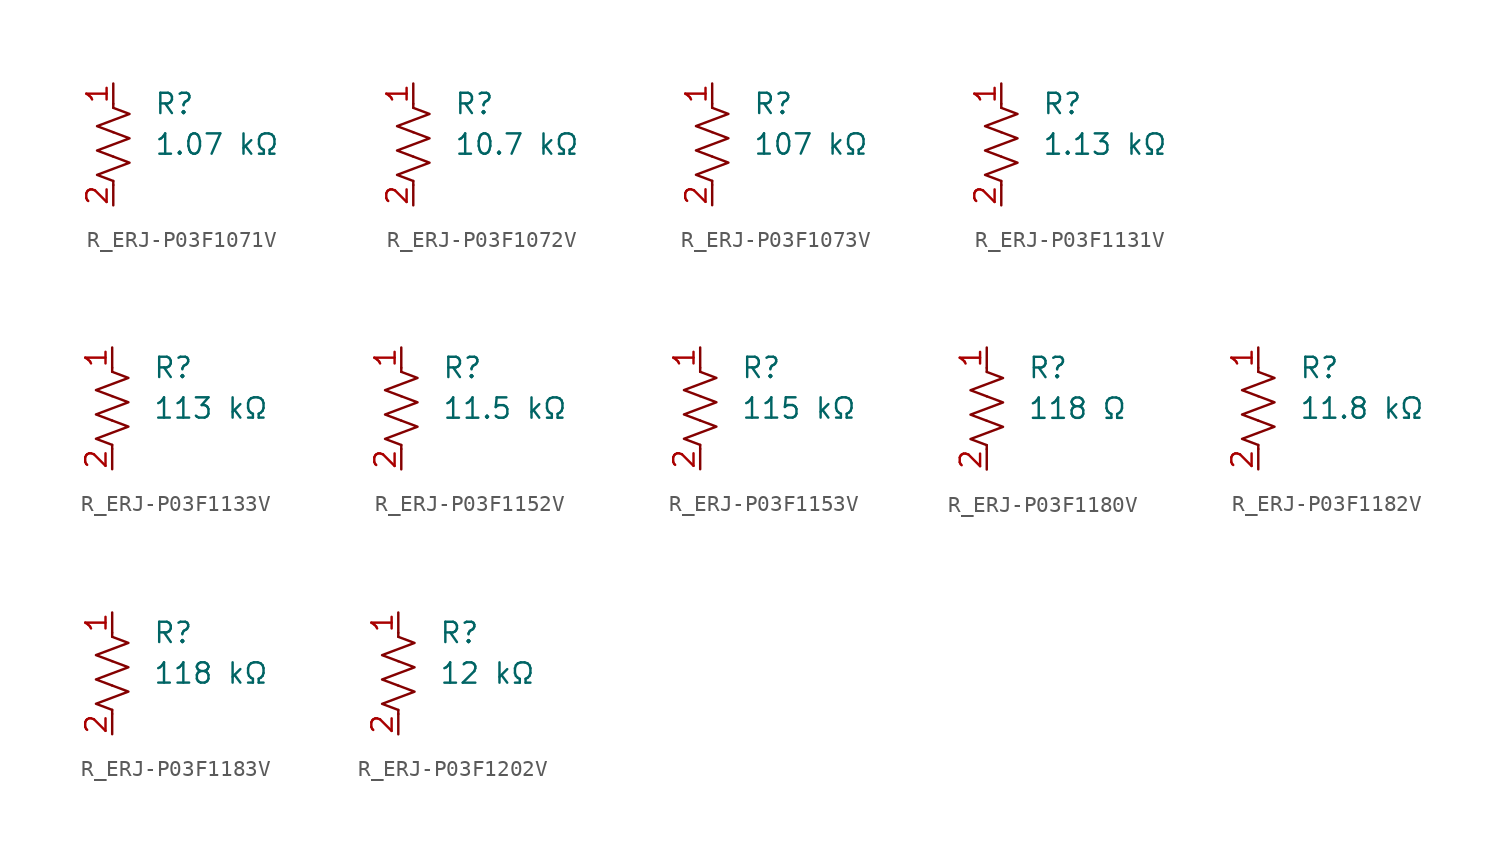
<source format=kicad_sym>
(kicad_symbol_lib
  (version 20231120)
  (generator "kicad_symbol_editor")
  (generator_version "8.0")
  (symbol "R_ERJ-P03F1071V"
    (pin_names
      (offset 0.254))
    (property "Value" "1.07 kΩ"
      (at 2.54 0 0)
      (effects (font (size 1.27 1.27)) (justify left)))
    (property "Reference" "R"
      (at 2.54 2.54 0)
      (effects (font (size 1.27 1.27)) (justify left)))
    (symbol "R_ERJ-P03F1071V_0_1"
      (polyline (pts (xy 0 -2.286) (xy 0 -2.54)) (stroke (width 0) (type default)) (fill (type none)))
      (polyline (pts (xy 0 2.286) (xy 0 2.54)) (stroke (width 0) (type default)) (fill (type none)))
      (polyline (pts (xy 0 -0.762) (xy 1.016 -1.143) (xy 0 -1.524) (xy -1.016 -1.905) (xy 0 -2.286)) (stroke (width 0) (type default)) (fill (type none)))
      (polyline (pts (xy 0 0.762) (xy 1.016 0.381) (xy 0 0) (xy -1.016 -0.381) (xy 0 -0.762)) (stroke (width 0) (type default)) (fill (type none)))
      (polyline (pts (xy 0 2.286) (xy 1.016 1.905) (xy 0 1.524) (xy -1.016 1.143) (xy 0 0.762)) (stroke (width 0) (type default)) (fill (type none))))
    (symbol "R_ERJ-P03F1071V_1_1"
      (pin passive line (at 0 3.81 270) (length 1.27) (name "~" (effects (font (size 1.27 1.27)))) (number "1" (effects (font (size 1.27 1.27)))))
      (pin passive line (at 0 -3.81 90) (length 1.27) (name "~" (effects (font (size 1.27 1.27)))) (number "2" (effects (font (size 1.27 1.27)))))))
  (symbol "R_ERJ-P03F1072V"
    (pin_names
      (offset 0.254))
    (property "Value" "10.7 kΩ"
      (at 2.54 0 0)
      (effects (font (size 1.27 1.27)) (justify left)))
    (property "Reference" "R"
      (at 2.54 2.54 0)
      (effects (font (size 1.27 1.27)) (justify left)))
    (symbol "R_ERJ-P03F1072V_0_1"
      (polyline (pts (xy 0 -2.286) (xy 0 -2.54)) (stroke (width 0) (type default)) (fill (type none)))
      (polyline (pts (xy 0 2.286) (xy 0 2.54)) (stroke (width 0) (type default)) (fill (type none)))
      (polyline (pts (xy 0 -0.762) (xy 1.016 -1.143) (xy 0 -1.524) (xy -1.016 -1.905) (xy 0 -2.286)) (stroke (width 0) (type default)) (fill (type none)))
      (polyline (pts (xy 0 0.762) (xy 1.016 0.381) (xy 0 0) (xy -1.016 -0.381) (xy 0 -0.762)) (stroke (width 0) (type default)) (fill (type none)))
      (polyline (pts (xy 0 2.286) (xy 1.016 1.905) (xy 0 1.524) (xy -1.016 1.143) (xy 0 0.762)) (stroke (width 0) (type default)) (fill (type none))))
    (symbol "R_ERJ-P03F1072V_1_1"
      (pin passive line (at 0 3.81 270) (length 1.27) (name "~" (effects (font (size 1.27 1.27)))) (number "1" (effects (font (size 1.27 1.27)))))
      (pin passive line (at 0 -3.81 90) (length 1.27) (name "~" (effects (font (size 1.27 1.27)))) (number "2" (effects (font (size 1.27 1.27)))))))
  (symbol "R_ERJ-P03F1073V"
    (pin_names
      (offset 0.254))
    (property "Value" "107 kΩ"
      (at 2.54 0 0)
      (effects (font (size 1.27 1.27)) (justify left)))
    (property "Reference" "R"
      (at 2.54 2.54 0)
      (effects (font (size 1.27 1.27)) (justify left)))
    (symbol "R_ERJ-P03F1073V_0_1"
      (polyline (pts (xy 0 -2.286) (xy 0 -2.54)) (stroke (width 0) (type default)) (fill (type none)))
      (polyline (pts (xy 0 2.286) (xy 0 2.54)) (stroke (width 0) (type default)) (fill (type none)))
      (polyline (pts (xy 0 -0.762) (xy 1.016 -1.143) (xy 0 -1.524) (xy -1.016 -1.905) (xy 0 -2.286)) (stroke (width 0) (type default)) (fill (type none)))
      (polyline (pts (xy 0 0.762) (xy 1.016 0.381) (xy 0 0) (xy -1.016 -0.381) (xy 0 -0.762)) (stroke (width 0) (type default)) (fill (type none)))
      (polyline (pts (xy 0 2.286) (xy 1.016 1.905) (xy 0 1.524) (xy -1.016 1.143) (xy 0 0.762)) (stroke (width 0) (type default)) (fill (type none))))
    (symbol "R_ERJ-P03F1073V_1_1"
      (pin passive line (at 0 3.81 270) (length 1.27) (name "~" (effects (font (size 1.27 1.27)))) (number "1" (effects (font (size 1.27 1.27)))))
      (pin passive line (at 0 -3.81 90) (length 1.27) (name "~" (effects (font (size 1.27 1.27)))) (number "2" (effects (font (size 1.27 1.27)))))))
  (symbol "R_ERJ-P03F1131V"
    (pin_names
      (offset 0.254))
    (property "Value" "1.13 kΩ"
      (at 2.54 0 0)
      (effects (font (size 1.27 1.27)) (justify left)))
    (property "Reference" "R"
      (at 2.54 2.54 0)
      (effects (font (size 1.27 1.27)) (justify left)))
    (symbol "R_ERJ-P03F1131V_0_1"
      (polyline (pts (xy 0 -2.286) (xy 0 -2.54)) (stroke (width 0) (type default)) (fill (type none)))
      (polyline (pts (xy 0 2.286) (xy 0 2.54)) (stroke (width 0) (type default)) (fill (type none)))
      (polyline (pts (xy 0 -0.762) (xy 1.016 -1.143) (xy 0 -1.524) (xy -1.016 -1.905) (xy 0 -2.286)) (stroke (width 0) (type default)) (fill (type none)))
      (polyline (pts (xy 0 0.762) (xy 1.016 0.381) (xy 0 0) (xy -1.016 -0.381) (xy 0 -0.762)) (stroke (width 0) (type default)) (fill (type none)))
      (polyline (pts (xy 0 2.286) (xy 1.016 1.905) (xy 0 1.524) (xy -1.016 1.143) (xy 0 0.762)) (stroke (width 0) (type default)) (fill (type none))))
    (symbol "R_ERJ-P03F1131V_1_1"
      (pin passive line (at 0 3.81 270) (length 1.27) (name "~" (effects (font (size 1.27 1.27)))) (number "1" (effects (font (size 1.27 1.27)))))
      (pin passive line (at 0 -3.81 90) (length 1.27) (name "~" (effects (font (size 1.27 1.27)))) (number "2" (effects (font (size 1.27 1.27)))))))
  (symbol "R_ERJ-P03F1133V"
    (pin_names
      (offset 0.254))
    (property "Value" "113 kΩ"
      (at 2.54 0 0)
      (effects (font (size 1.27 1.27)) (justify left)))
    (property "Reference" "R"
      (at 2.54 2.54 0)
      (effects (font (size 1.27 1.27)) (justify left)))
    (symbol "R_ERJ-P03F1133V_0_1"
      (polyline (pts (xy 0 -2.286) (xy 0 -2.54)) (stroke (width 0) (type default)) (fill (type none)))
      (polyline (pts (xy 0 2.286) (xy 0 2.54)) (stroke (width 0) (type default)) (fill (type none)))
      (polyline (pts (xy 0 -0.762) (xy 1.016 -1.143) (xy 0 -1.524) (xy -1.016 -1.905) (xy 0 -2.286)) (stroke (width 0) (type default)) (fill (type none)))
      (polyline (pts (xy 0 0.762) (xy 1.016 0.381) (xy 0 0) (xy -1.016 -0.381) (xy 0 -0.762)) (stroke (width 0) (type default)) (fill (type none)))
      (polyline (pts (xy 0 2.286) (xy 1.016 1.905) (xy 0 1.524) (xy -1.016 1.143) (xy 0 0.762)) (stroke (width 0) (type default)) (fill (type none))))
    (symbol "R_ERJ-P03F1133V_1_1"
      (pin passive line (at 0 3.81 270) (length 1.27) (name "~" (effects (font (size 1.27 1.27)))) (number "1" (effects (font (size 1.27 1.27)))))
      (pin passive line (at 0 -3.81 90) (length 1.27) (name "~" (effects (font (size 1.27 1.27)))) (number "2" (effects (font (size 1.27 1.27)))))))
  (symbol "R_ERJ-P03F1152V"
    (pin_names
      (offset 0.254))
    (property "Value" "11.5 kΩ"
      (at 2.54 0 0)
      (effects (font (size 1.27 1.27)) (justify left)))
    (property "Reference" "R"
      (at 2.54 2.54 0)
      (effects (font (size 1.27 1.27)) (justify left)))
    (symbol "R_ERJ-P03F1152V_0_1"
      (polyline (pts (xy 0 -2.286) (xy 0 -2.54)) (stroke (width 0) (type default)) (fill (type none)))
      (polyline (pts (xy 0 2.286) (xy 0 2.54)) (stroke (width 0) (type default)) (fill (type none)))
      (polyline (pts (xy 0 -0.762) (xy 1.016 -1.143) (xy 0 -1.524) (xy -1.016 -1.905) (xy 0 -2.286)) (stroke (width 0) (type default)) (fill (type none)))
      (polyline (pts (xy 0 0.762) (xy 1.016 0.381) (xy 0 0) (xy -1.016 -0.381) (xy 0 -0.762)) (stroke (width 0) (type default)) (fill (type none)))
      (polyline (pts (xy 0 2.286) (xy 1.016 1.905) (xy 0 1.524) (xy -1.016 1.143) (xy 0 0.762)) (stroke (width 0) (type default)) (fill (type none))))
    (symbol "R_ERJ-P03F1152V_1_1"
      (pin passive line (at 0 3.81 270) (length 1.27) (name "~" (effects (font (size 1.27 1.27)))) (number "1" (effects (font (size 1.27 1.27)))))
      (pin passive line (at 0 -3.81 90) (length 1.27) (name "~" (effects (font (size 1.27 1.27)))) (number "2" (effects (font (size 1.27 1.27)))))))
  (symbol "R_ERJ-P03F1153V"
    (pin_names
      (offset 0.254))
    (property "Value" "115 kΩ"
      (at 2.54 0 0)
      (effects (font (size 1.27 1.27)) (justify left)))
    (property "Reference" "R"
      (at 2.54 2.54 0)
      (effects (font (size 1.27 1.27)) (justify left)))
    (symbol "R_ERJ-P03F1153V_0_1"
      (polyline (pts (xy 0 -2.286) (xy 0 -2.54)) (stroke (width 0) (type default)) (fill (type none)))
      (polyline (pts (xy 0 2.286) (xy 0 2.54)) (stroke (width 0) (type default)) (fill (type none)))
      (polyline (pts (xy 0 -0.762) (xy 1.016 -1.143) (xy 0 -1.524) (xy -1.016 -1.905) (xy 0 -2.286)) (stroke (width 0) (type default)) (fill (type none)))
      (polyline (pts (xy 0 0.762) (xy 1.016 0.381) (xy 0 0) (xy -1.016 -0.381) (xy 0 -0.762)) (stroke (width 0) (type default)) (fill (type none)))
      (polyline (pts (xy 0 2.286) (xy 1.016 1.905) (xy 0 1.524) (xy -1.016 1.143) (xy 0 0.762)) (stroke (width 0) (type default)) (fill (type none))))
    (symbol "R_ERJ-P03F1153V_1_1"
      (pin passive line (at 0 3.81 270) (length 1.27) (name "~" (effects (font (size 1.27 1.27)))) (number "1" (effects (font (size 1.27 1.27)))))
      (pin passive line (at 0 -3.81 90) (length 1.27) (name "~" (effects (font (size 1.27 1.27)))) (number "2" (effects (font (size 1.27 1.27)))))))
  (symbol "R_ERJ-P03F1180V"
    (pin_names
      (offset 0.254))
    (property "Value" "118 Ω"
      (at 2.54 0 0)
      (effects (font (size 1.27 1.27)) (justify left)))
    (property "Reference" "R"
      (at 2.54 2.54 0)
      (effects (font (size 1.27 1.27)) (justify left)))
    (symbol "R_ERJ-P03F1180V_0_1"
      (polyline (pts (xy 0 -2.286) (xy 0 -2.54)) (stroke (width 0) (type default)) (fill (type none)))
      (polyline (pts (xy 0 2.286) (xy 0 2.54)) (stroke (width 0) (type default)) (fill (type none)))
      (polyline (pts (xy 0 -0.762) (xy 1.016 -1.143) (xy 0 -1.524) (xy -1.016 -1.905) (xy 0 -2.286)) (stroke (width 0) (type default)) (fill (type none)))
      (polyline (pts (xy 0 0.762) (xy 1.016 0.381) (xy 0 0) (xy -1.016 -0.381) (xy 0 -0.762)) (stroke (width 0) (type default)) (fill (type none)))
      (polyline (pts (xy 0 2.286) (xy 1.016 1.905) (xy 0 1.524) (xy -1.016 1.143) (xy 0 0.762)) (stroke (width 0) (type default)) (fill (type none))))
    (symbol "R_ERJ-P03F1180V_1_1"
      (pin passive line (at 0 3.81 270) (length 1.27) (name "~" (effects (font (size 1.27 1.27)))) (number "1" (effects (font (size 1.27 1.27)))))
      (pin passive line (at 0 -3.81 90) (length 1.27) (name "~" (effects (font (size 1.27 1.27)))) (number "2" (effects (font (size 1.27 1.27)))))))
  (symbol "R_ERJ-P03F1182V"
    (pin_names
      (offset 0.254))
    (property "Value" "11.8 kΩ"
      (at 2.54 0 0)
      (effects (font (size 1.27 1.27)) (justify left)))
    (property "Reference" "R"
      (at 2.54 2.54 0)
      (effects (font (size 1.27 1.27)) (justify left)))
    (symbol "R_ERJ-P03F1182V_0_1"
      (polyline (pts (xy 0 -2.286) (xy 0 -2.54)) (stroke (width 0) (type default)) (fill (type none)))
      (polyline (pts (xy 0 2.286) (xy 0 2.54)) (stroke (width 0) (type default)) (fill (type none)))
      (polyline (pts (xy 0 -0.762) (xy 1.016 -1.143) (xy 0 -1.524) (xy -1.016 -1.905) (xy 0 -2.286)) (stroke (width 0) (type default)) (fill (type none)))
      (polyline (pts (xy 0 0.762) (xy 1.016 0.381) (xy 0 0) (xy -1.016 -0.381) (xy 0 -0.762)) (stroke (width 0) (type default)) (fill (type none)))
      (polyline (pts (xy 0 2.286) (xy 1.016 1.905) (xy 0 1.524) (xy -1.016 1.143) (xy 0 0.762)) (stroke (width 0) (type default)) (fill (type none))))
    (symbol "R_ERJ-P03F1182V_1_1"
      (pin passive line (at 0 3.81 270) (length 1.27) (name "~" (effects (font (size 1.27 1.27)))) (number "1" (effects (font (size 1.27 1.27)))))
      (pin passive line (at 0 -3.81 90) (length 1.27) (name "~" (effects (font (size 1.27 1.27)))) (number "2" (effects (font (size 1.27 1.27)))))))
  (symbol "R_ERJ-P03F1183V"
    (pin_names
      (offset 0.254))
    (property "Value" "118 kΩ"
      (at 2.54 0 0)
      (effects (font (size 1.27 1.27)) (justify left)))
    (property "Reference" "R"
      (at 2.54 2.54 0)
      (effects (font (size 1.27 1.27)) (justify left)))
    (symbol "R_ERJ-P03F1183V_0_1"
      (polyline (pts (xy 0 -2.286) (xy 0 -2.54)) (stroke (width 0) (type default)) (fill (type none)))
      (polyline (pts (xy 0 2.286) (xy 0 2.54)) (stroke (width 0) (type default)) (fill (type none)))
      (polyline (pts (xy 0 -0.762) (xy 1.016 -1.143) (xy 0 -1.524) (xy -1.016 -1.905) (xy 0 -2.286)) (stroke (width 0) (type default)) (fill (type none)))
      (polyline (pts (xy 0 0.762) (xy 1.016 0.381) (xy 0 0) (xy -1.016 -0.381) (xy 0 -0.762)) (stroke (width 0) (type default)) (fill (type none)))
      (polyline (pts (xy 0 2.286) (xy 1.016 1.905) (xy 0 1.524) (xy -1.016 1.143) (xy 0 0.762)) (stroke (width 0) (type default)) (fill (type none))))
    (symbol "R_ERJ-P03F1183V_1_1"
      (pin passive line (at 0 3.81 270) (length 1.27) (name "~" (effects (font (size 1.27 1.27)))) (number "1" (effects (font (size 1.27 1.27)))))
      (pin passive line (at 0 -3.81 90) (length 1.27) (name "~" (effects (font (size 1.27 1.27)))) (number "2" (effects (font (size 1.27 1.27)))))))
  (symbol "R_ERJ-P03F1202V"
    (pin_names
      (offset 0.254))
    (property "Value" "12 kΩ"
      (at 2.54 0 0)
      (effects (font (size 1.27 1.27)) (justify left)))
    (property "Reference" "R"
      (at 2.54 2.54 0)
      (effects (font (size 1.27 1.27)) (justify left)))
    (symbol "R_ERJ-P03F1202V_0_1"
      (polyline (pts (xy 0 -2.286) (xy 0 -2.54)) (stroke (width 0) (type default)) (fill (type none)))
      (polyline (pts (xy 0 2.286) (xy 0 2.54)) (stroke (width 0) (type default)) (fill (type none)))
      (polyline (pts (xy 0 -0.762) (xy 1.016 -1.143) (xy 0 -1.524) (xy -1.016 -1.905) (xy 0 -2.286)) (stroke (width 0) (type default)) (fill (type none)))
      (polyline (pts (xy 0 0.762) (xy 1.016 0.381) (xy 0 0) (xy -1.016 -0.381) (xy 0 -0.762)) (stroke (width 0) (type default)) (fill (type none)))
      (polyline (pts (xy 0 2.286) (xy 1.016 1.905) (xy 0 1.524) (xy -1.016 1.143) (xy 0 0.762)) (stroke (width 0) (type default)) (fill (type none))))
    (symbol "R_ERJ-P03F1202V_1_1"
      (pin passive line (at 0 3.81 270) (length 1.27) (name "~" (effects (font (size 1.27 1.27)))) (number "1" (effects (font (size 1.27 1.27)))))
      (pin passive line (at 0 -3.81 90) (length 1.27) (name "~" (effects (font (size 1.27 1.27)))) (number "2" (effects (font (size 1.27 1.27))))))))
</source>
